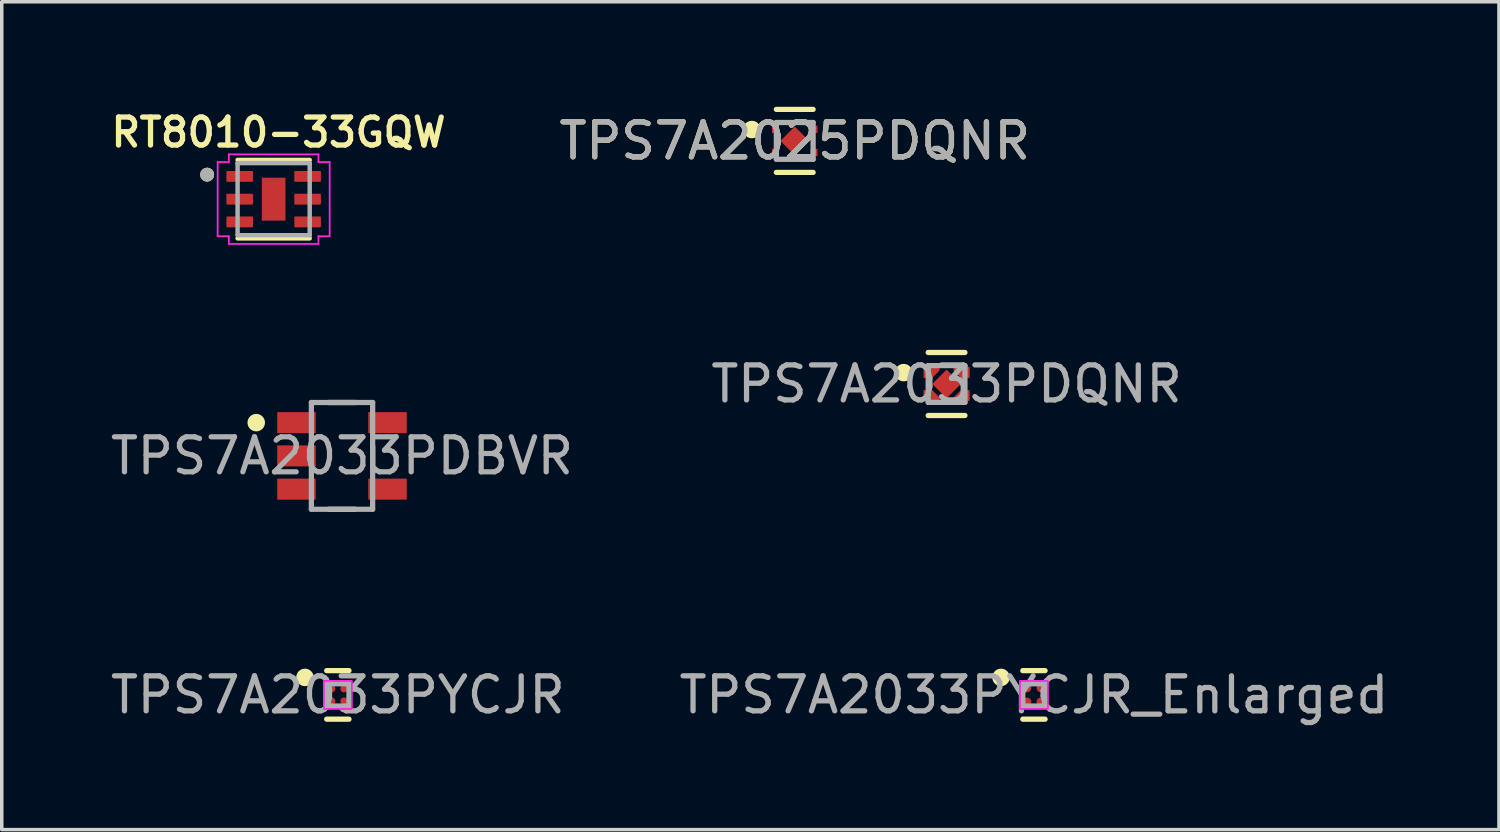
<source format=kicad_pcb>
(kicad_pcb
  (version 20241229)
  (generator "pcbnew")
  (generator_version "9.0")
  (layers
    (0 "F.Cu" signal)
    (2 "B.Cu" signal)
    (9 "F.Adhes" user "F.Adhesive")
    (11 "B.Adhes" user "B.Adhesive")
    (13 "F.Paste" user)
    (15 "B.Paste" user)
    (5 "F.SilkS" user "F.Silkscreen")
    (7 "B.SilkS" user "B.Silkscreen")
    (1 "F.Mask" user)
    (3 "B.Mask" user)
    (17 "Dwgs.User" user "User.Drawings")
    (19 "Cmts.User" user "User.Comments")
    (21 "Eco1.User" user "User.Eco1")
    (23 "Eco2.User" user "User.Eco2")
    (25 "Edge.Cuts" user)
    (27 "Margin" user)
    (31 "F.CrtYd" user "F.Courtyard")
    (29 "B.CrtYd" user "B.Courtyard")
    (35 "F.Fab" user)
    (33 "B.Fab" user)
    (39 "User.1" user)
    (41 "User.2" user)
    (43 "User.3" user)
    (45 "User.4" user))
  (footprint "RT8010-33GQW"
    (layer "F.Cu")
    (at 4.767 2.639)
    (property "Reference" "RT8010-33GQW" (at 0.14 -1.908 0) (layer "F.SilkS") (effects (font (size 0.8 0.8) (thickness 0.15))))
    (attr smd)
    (fp_line (start -1.03 -1.12) (end 1.03 -1.12) (stroke (width 0.127) (type solid)) (layer "F.SilkS"))
    (fp_line (start -1.03 1.12) (end 1.03 1.12) (stroke (width 0.127) (type solid)) (layer "F.SilkS"))
    (fp_circle (center -1.9 -0.7) (end -1.8 -0.7) (stroke (width 0.2) (type solid)) (fill no) (layer "F.SilkS"))
    (fp_poly (pts (xy -0.212 -0.487) (xy 0.212 -0.487) (xy 0.212 0.487) (xy -0.212 0.487)) (stroke (width 0.01) (type solid)) (fill yes) (layer "F.Paste"))
    (fp_line (start -1.6 -1.06) (end -1.28 -1.06) (stroke (width 0.05) (type solid)) (layer "F.CrtYd"))
    (fp_line (start -1.6 1.06) (end -1.6 -1.06) (stroke (width 0.05) (type solid)) (layer "F.CrtYd"))
    (fp_line (start -1.28 -1.28) (end 1.28 -1.28) (stroke (width 0.05) (type solid)) (layer "F.CrtYd"))
    (fp_line (start -1.28 -1.06) (end -1.28 -1.28) (stroke (width 0.05) (type solid)) (layer "F.CrtYd"))
    (fp_line (start -1.28 1.06) (end -1.6 1.06) (stroke (width 0.05) (type solid)) (layer "F.CrtYd"))
    (fp_line (start -1.28 1.28) (end -1.28 1.06) (stroke (width 0.05) (type solid)) (layer "F.CrtYd"))
    (fp_line (start 1.28 -1.28) (end 1.28 -1.06) (stroke (width 0.05) (type solid)) (layer "F.CrtYd"))
    (fp_line (start 1.28 -1.06) (end 1.6 -1.06) (stroke (width 0.05) (type solid)) (layer "F.CrtYd"))
    (fp_line (start 1.28 1.06) (end 1.28 1.28) (stroke (width 0.05) (type solid)) (layer "F.CrtYd"))
    (fp_line (start 1.28 1.28) (end -1.28 1.28) (stroke (width 0.05) (type solid)) (layer "F.CrtYd"))
    (fp_line (start 1.6 1.06) (end 1.28 1.06) (stroke (width 0.05) (type solid)) (layer "F.CrtYd"))
    (fp_line (start 1.6 1.06) (end 1.6 -1.06) (stroke (width 0.05) (type solid)) (layer "F.CrtYd"))
    (fp_line (start -1.03 -1.03) (end 1.03 -1.03) (stroke (width 0.127) (type solid)) (layer "F.Fab"))
    (fp_line (start -1.03 1.03) (end -1.03 -1.03) (stroke (width 0.127) (type solid)) (layer "F.Fab"))
    (fp_line (start 1.03 -1.03) (end 1.03 1.03) (stroke (width 0.127) (type solid)) (layer "F.Fab"))
    (fp_line (start 1.03 1.03) (end -1.03 1.03) (stroke (width 0.127) (type solid)) (layer "F.Fab"))
    (fp_circle (center -1.9 -0.7) (end -1.8 -0.7) (stroke (width 0.2) (type solid)) (fill no) (layer "F.Fab"))
    (pad "1" smd roundrect (at -0.97 -0.65) (size 0.76 0.31) (layers "F.Cu" "F.Mask" "F.Paste") (roundrect_rratio 0.08))
    (pad "2" smd roundrect (at -0.97 0) (size 0.76 0.31) (layers "F.Cu" "F.Mask" "F.Paste") (roundrect_rratio 0.08))
    (pad "3" smd roundrect (at -0.97 0.65) (size 0.76 0.31) (layers "F.Cu" "F.Mask" "F.Paste") (roundrect_rratio 0.08))
    (pad "4" smd roundrect (at 0.97 0.65 180) (size 0.76 0.31) (layers "F.Cu" "F.Mask" "F.Paste") (roundrect_rratio 0.08))
    (pad "5" smd roundrect (at 0.97 0 180) (size 0.76 0.31) (layers "F.Cu" "F.Mask" "F.Paste") (roundrect_rratio 0.08))
    (pad "6" smd roundrect (at 0.97 -0.65 180) (size 0.76 0.31) (layers "F.Cu" "F.Mask" "F.Paste") (roundrect_rratio 0.08))
    (pad "7" smd rect (at 0 0 180) (size 0.675 1.225) (layers "F.Cu" "F.Mask")))
  (footprint "TPS7A2033PDQNR"
    (layer "F.Cu")
    (at 23.99 7.919)
    (property "Reference" "TPS7A2033PDQNR" (at 0 -1.79 0) (unlocked yes) (layer "User.9") (effects (font (size 1 1) (thickness 0.15))))
    (attr smd)
    (fp_poly (pts (xy -0.61 -0.435) (xy -0.25 -0.435) (xy -0.25 -0.405) (xy -0.43 -0.225) (xy -0.61 -0.225)) (stroke (width 0) (type solid)) (fill yes) (layer "F.Mask"))
    (fp_poly (pts (xy -0.61 0.435) (xy -0.25 0.435) (xy -0.25 0.405) (xy -0.43 0.225) (xy -0.61 0.225)) (stroke (width 0) (type solid)) (fill yes) (layer "F.Mask"))
    (fp_poly (pts (xy 0.61 -0.435) (xy 0.25 -0.435) (xy 0.25 -0.405) (xy 0.43 -0.225) (xy 0.61 -0.225)) (stroke (width 0) (type solid)) (fill yes) (layer "F.Mask"))
    (fp_poly (pts (xy 0.61 0.435) (xy 0.25 0.435) (xy 0.25 0.405) (xy 0.43 0.225) (xy 0.61 0.225)) (stroke (width 0) (type solid)) (fill yes) (layer "F.Mask"))
    (fp_poly (pts (xy -0.304 -0.035) (xy -0.035 -0.304) (xy 0.035 -0.304) (xy 0.304 -0.035) (xy 0.304 0.035) (xy 0.035 0.304) (xy -0.035 0.304) (xy -0.304 0.035)) (stroke (width 0) (type solid)) (fill yes) (layer "F.Mask"))
    (fp_line (start -0.525 -0.9) (end 0.525 -0.9) (stroke (width 0.15) (type solid)) (layer "F.SilkS"))
    (fp_line (start -0.525 0.9) (end 0.525 0.9) (stroke (width 0.15) (type solid)) (layer "F.SilkS"))
    (fp_circle (center -1.225 -0.325) (end -1.1 -0.325) (stroke (width 0.25) (type solid)) (fill no) (layer "F.SilkS"))
    (fp_poly (pts (xy -0.65 -0.435) (xy -0.25 -0.435) (xy -0.25 -0.405) (xy -0.43 -0.225) (xy -0.65 -0.225)) (stroke (width 0) (type solid)) (fill yes) (layer "F.Paste"))
    (fp_poly (pts (xy -0.65 0.435) (xy -0.25 0.435) (xy -0.25 0.405) (xy -0.43 0.225) (xy -0.65 0.225)) (stroke (width 0) (type solid)) (fill yes) (layer "F.Paste"))
    (fp_poly (pts (xy 0.65 -0.435) (xy 0.25 -0.435) (xy 0.25 -0.405) (xy 0.43 -0.225) (xy 0.65 -0.225)) (stroke (width 0) (type solid)) (fill yes) (layer "F.Paste"))
    (fp_poly (pts (xy 0.65 0.435) (xy 0.25 0.435) (xy 0.25 0.405) (xy 0.43 0.225) (xy 0.65 0.225)) (stroke (width 0) (type solid)) (fill yes) (layer "F.Paste"))
    (fp_poly (pts (xy 0.283 0.035) (xy 0.035 0.283) (xy -0.035 0.283) (xy -0.283 0.035) (xy -0.283 -0.035) (xy -0.035 -0.283) (xy 0.035 -0.283) (xy 0.283 -0.035)) (stroke (width 0) (type solid)) (fill yes) (layer "F.Paste"))
    (fp_line (start -0.525 -0.525) (end 0.525 -0.525) (stroke (width 0.15) (type solid)) (layer "F.Fab"))
    (fp_line (start -0.525 0.525) (end -0.525 -0.525) (stroke (width 0.15) (type solid)) (layer "F.Fab"))
    (fp_line (start -0.525 0.525) (end 0.525 0.525) (stroke (width 0.15) (type solid)) (layer "F.Fab"))
    (fp_line (start 0.525 0.525) (end 0.525 -0.525) (stroke (width 0.15) (type solid)) (layer "F.Fab"))
    (fp_text user "${REFERENCE}" (at 0 0 0) (unlocked yes) (layer "F.Fab") (effects (font (size 1 1) (thickness 0.15))))
    (pad "1" smd custom (at -0.505 -0.33) (size 0.279 0.279) (layers "F.Cu") (options (anchor circle)) (primitives (gr_poly (pts (xy -0.155 -0.155) (xy 0.305 -0.155) (xy 0.305 -0.055) (xy 0.095 0.155) (xy -0.155 0.155)) (width 0) (fill yes))))
    (pad "2" smd custom (at -0.505 0.33) (size 0.279 0.279) (layers "F.Cu") (options (anchor circle)) (primitives (gr_poly (pts (xy -0.155 0.155) (xy 0.305 0.155) (xy 0.305 0.055) (xy 0.095 -0.155) (xy -0.155 -0.155)) (width 0) (fill yes))))
    (pad "3" smd custom (at 0.459 0.346) (size 0.251 0.251) (layers "F.Cu") (options (anchor circle)) (primitives (gr_poly (pts (xy 0.201 0.139) (xy -0.259 0.139) (xy -0.259 0.039) (xy -0.049 -0.171) (xy 0.201 -0.171)) (width 0) (fill yes))))
    (pad "4" smd custom (at 0.459 -0.346) (size 0.251 0.251) (layers "F.Cu") (options (anchor circle)) (primitives (gr_poly (pts (xy 0.201 -0.139) (xy -0.259 -0.139) (xy -0.259 -0.039) (xy -0.049 0.171) (xy 0.201 0.171)) (width 0) (fill yes))))
    (pad "5" smd rect (at 0 0 315) (size 0.58 0.58) (layers "F.Cu")))
  (footprint "TPS7A2033PDBVR"
    (layer "F.Cu")
    (at 6.72 9.973)
    (property "Reference" "TPS7A2033PDBVR" (at 0.71 -2.18 0) (unlocked yes) (layer "User.2") (effects (font (size 1 1) (thickness 0.15))))
    (attr smd)
    (fp_line (start -0.375 -1.525) (end 0.375 -1.525) (stroke (width 0.15) (type solid)) (layer "F.SilkS"))
    (fp_line (start -0.375 1.525) (end 0.375 1.525) (stroke (width 0.15) (type solid)) (layer "F.SilkS"))
    (fp_line (start 0.875 0.275) (end 0.875 -0.275) (stroke (width 0.15) (type solid)) (layer "F.SilkS"))
    (fp_circle (center -2.45 -0.95) (end -2.325 -0.95) (stroke (width 0.25) (type solid)) (fill no) (layer "F.SilkS"))
    (fp_line (start -0.875 -1.525) (end 0.875 -1.525) (stroke (width 0.15) (type solid)) (layer "F.Fab"))
    (fp_line (start -0.875 1.525) (end -0.875 -1.525) (stroke (width 0.15) (type solid)) (layer "F.Fab"))
    (fp_line (start -0.875 1.525) (end 0.875 1.525) (stroke (width 0.15) (type solid)) (layer "F.Fab"))
    (fp_line (start 0.875 1.525) (end 0.875 -1.525) (stroke (width 0.15) (type solid)) (layer "F.Fab"))
    (fp_text user "${REFERENCE}" (at 0 0 0) (unlocked yes) (layer "F.Fab") (effects (font (size 1 1) (thickness 0.15))))
    (pad "1" smd rect (at -1.3 -0.95) (size 1.1 0.6) (layers "F.Cu" "F.Mask" "F.Paste"))
    (pad "2" smd rect (at -1.3 0) (size 1.1 0.6) (layers "F.Cu" "F.Mask" "F.Paste"))
    (pad "3" smd rect (at -1.3 0.95) (size 1.1 0.6) (layers "F.Cu" "F.Mask" "F.Paste"))
    (pad "4" smd rect (at 1.3 0.95) (size 1.1 0.6) (layers "F.Cu" "F.Mask" "F.Paste"))
    (pad "5" smd rect (at 1.3 -0.95) (size 1.1 0.6) (layers "F.Cu" "F.Mask" "F.Paste")))
  (footprint "TPS7A2033PYCJR"
    (layer "F.Cu")
    (at 6.601 16.801)
    (property "Reference" "TPS7A2033PYCJR" (at 0.04 -1.38 0) (unlocked yes) (layer "User.2") (effects (font (size 1 1) (thickness 0.15))))
    (attr smd)
    (fp_circle (center -0.175 -0.175) (end -0.13 -0.175) (stroke (width 0.09) (type solid)) (fill no) (layer "F.Mask"))
    (fp_circle (center -0.175 0.175) (end -0.13 0.175) (stroke (width 0.09) (type solid)) (fill no) (layer "F.Mask"))
    (fp_circle (center 0.175 -0.175) (end 0.22 -0.175) (stroke (width 0.09) (type solid)) (fill no) (layer "F.Mask"))
    (fp_circle (center 0.175 0.175) (end 0.22 0.175) (stroke (width 0.09) (type solid)) (fill no) (layer "F.Mask"))
    (fp_line (start -0.318 -0.693) (end 0.318 -0.693) (stroke (width 0.15) (type solid)) (layer "F.SilkS"))
    (fp_line (start -0.318 0.693) (end 0.318 0.693) (stroke (width 0.15) (type solid)) (layer "F.SilkS"))
    (fp_circle (center -0.94 -0.5) (end -0.815 -0.5) (stroke (width 0.25) (type solid)) (fill no) (layer "F.SilkS"))
    (fp_poly (pts (xy -0.3 -0.14) (xy -0.3 -0.25) (xy -0.25 -0.3) (xy -0.14 -0.3) (xy -0.09 -0.25) (xy -0.09 -0.14) (xy -0.14 -0.09) (xy -0.25 -0.09)) (stroke (width 0) (type solid)) (fill yes) (layer "F.Paste"))
    (fp_poly (pts (xy -0.09 0.25) (xy -0.14 0.3) (xy -0.25 0.3) (xy -0.3 0.25) (xy -0.3 0.14) (xy -0.25 0.09) (xy -0.14 0.09) (xy -0.09 0.14)) (stroke (width 0) (type solid)) (fill yes) (layer "F.Paste"))
    (fp_poly (pts (xy 0.09 -0.14) (xy 0.09 -0.25) (xy 0.14 -0.3) (xy 0.25 -0.3) (xy 0.3 -0.25) (xy 0.3 -0.14) (xy 0.25 -0.09) (xy 0.14 -0.09)) (stroke (width 0) (type solid)) (fill yes) (layer "F.Paste"))
    (fp_poly (pts (xy 0.09 0.25) (xy 0.09 0.14) (xy 0.14 0.09) (xy 0.25 0.09) (xy 0.3 0.14) (xy 0.3 0.25) (xy 0.25 0.3) (xy 0.14 0.3)) (stroke (width 0) (type solid)) (fill yes) (layer "F.Paste"))
    (fp_rect (start -0.4 -0.4) (end 0.4 0.4) (stroke (width 0.05) (type default)) (fill no) (layer "F.CrtYd"))
    (fp_line (start -0.318 -0.318) (end 0.318 -0.318) (stroke (width 0.15) (type solid)) (layer "F.Fab"))
    (fp_line (start -0.318 0.318) (end -0.318 -0.318) (stroke (width 0.15) (type solid)) (layer "F.Fab"))
    (fp_line (start -0.318 0.318) (end 0.318 0.318) (stroke (width 0.15) (type solid)) (layer "F.Fab"))
    (fp_line (start 0.318 0.318) (end 0.318 -0.318) (stroke (width 0.15) (type solid)) (layer "F.Fab"))
    (fp_text user "${REFERENCE}" (at 0 0 0) (unlocked yes) (layer "F.Fab") (effects (font (size 1 1) (thickness 0.15))))
    (pad "A1" smd circle (at -0.175 -0.175) (size 0.21 0.21) (layers "F.Cu"))
    (pad "A2" smd circle (at 0.175 -0.175) (size 0.21 0.21) (layers "F.Cu"))
    (pad "B1" smd circle (at -0.175 0.175) (size 0.21 0.21) (layers "F.Cu"))
    (pad "B2" smd circle (at 0.175 0.175) (size 0.21 0.21) (layers "F.Cu")))
  (footprint "TPS7A2033PYCJR_Enlarged"
    (layer "F.Cu")
    (at 26.486 16.801)
    (property "Reference" "TPS7A2033PYCJR_Enlarged" (at 0.04 -1.38 0) (unlocked yes) (layer "User.2") (effects (font (size 1 1) (thickness 0.15))))
    (attr smd)
    (fp_circle (center -0.175 -0.175) (end -0.13 -0.175) (stroke (width 0.09) (type solid)) (fill no) (layer "F.Mask"))
    (fp_circle (center -0.175 0.175) (end -0.13 0.175) (stroke (width 0.09) (type solid)) (fill no) (layer "F.Mask"))
    (fp_circle (center 0.175 -0.175) (end 0.22 -0.175) (stroke (width 0.09) (type solid)) (fill no) (layer "F.Mask"))
    (fp_circle (center 0.175 0.175) (end 0.22 0.175) (stroke (width 0.09) (type solid)) (fill no) (layer "F.Mask"))
    (fp_line (start -0.318 -0.693) (end 0.318 -0.693) (stroke (width 0.15) (type solid)) (layer "F.SilkS"))
    (fp_line (start -0.318 0.693) (end 0.318 0.693) (stroke (width 0.15) (type solid)) (layer "F.SilkS"))
    (fp_circle (center -0.94 -0.5) (end -0.815 -0.5) (stroke (width 0.25) (type solid)) (fill no) (layer "F.SilkS"))
    (fp_poly (pts (xy -0.3 -0.14) (xy -0.3 -0.25) (xy -0.25 -0.3) (xy -0.14 -0.3) (xy -0.09 -0.25) (xy -0.09 -0.14) (xy -0.14 -0.09) (xy -0.25 -0.09)) (stroke (width 0) (type solid)) (fill yes) (layer "F.Paste"))
    (fp_poly (pts (xy -0.09 0.25) (xy -0.14 0.3) (xy -0.25 0.3) (xy -0.3 0.25) (xy -0.3 0.14) (xy -0.25 0.09) (xy -0.14 0.09) (xy -0.09 0.14)) (stroke (width 0) (type solid)) (fill yes) (layer "F.Paste"))
    (fp_poly (pts (xy 0.09 -0.14) (xy 0.09 -0.25) (xy 0.14 -0.3) (xy 0.25 -0.3) (xy 0.3 -0.25) (xy 0.3 -0.14) (xy 0.25 -0.09) (xy 0.14 -0.09)) (stroke (width 0) (type solid)) (fill yes) (layer "F.Paste"))
    (fp_poly (pts (xy 0.09 0.25) (xy 0.09 0.14) (xy 0.14 0.09) (xy 0.25 0.09) (xy 0.3 0.14) (xy 0.3 0.25) (xy 0.25 0.3) (xy 0.14 0.3)) (stroke (width 0) (type solid)) (fill yes) (layer "F.Paste"))
    (fp_rect (start -0.4 -0.4) (end 0.4 0.4) (stroke (width 0.05) (type default)) (fill no) (layer "F.CrtYd"))
    (fp_line (start -0.318 -0.318) (end 0.318 -0.318) (stroke (width 0.15) (type solid)) (layer "F.Fab"))
    (fp_line (start -0.318 0.318) (end -0.318 -0.318) (stroke (width 0.15) (type solid)) (layer "F.Fab"))
    (fp_line (start -0.318 0.318) (end 0.318 0.318) (stroke (width 0.15) (type solid)) (layer "F.Fab"))
    (fp_line (start 0.318 0.318) (end 0.318 -0.318) (stroke (width 0.15) (type solid)) (layer "F.Fab"))
    (fp_text user "${REFERENCE}" (at 0 0 0) (unlocked yes) (layer "F.Fab") (effects (font (size 1 1) (thickness 0.15))))
    (pad "A1" smd circle (at -0.2 -0.2) (size 0.25 0.25) (layers "F.Cu"))
    (pad "A2" smd circle (at 0.2 -0.2) (size 0.25 0.25) (layers "F.Cu"))
    (pad "B1" smd circle (at -0.2 0.2) (size 0.25 0.25) (layers "F.Cu"))
    (pad "B2" smd circle (at 0.2 0.2) (size 0.25 0.25) (layers "F.Cu")))
  (footprint "TPS7A2025PDQNR"
    (layer "F.Cu")
    (at 19.653 0.975)
    (property "Reference" "TPS7A2025PDQNR" (at 0 0 0) (unlocked yes) (layer "F.SilkS") (effects (font (size 1 1) (thickness 0.15))))
    (attr smd)
    (fp_poly (pts (xy -0.61 -0.435) (xy -0.25 -0.435) (xy -0.25 -0.405) (xy -0.43 -0.225) (xy -0.61 -0.225)) (stroke (width 0) (type solid)) (fill yes) (layer "F.Mask"))
    (fp_poly (pts (xy -0.61 0.435) (xy -0.25 0.435) (xy -0.25 0.405) (xy -0.43 0.225) (xy -0.61 0.225)) (stroke (width 0) (type solid)) (fill yes) (layer "F.Mask"))
    (fp_poly (pts (xy 0.61 -0.435) (xy 0.25 -0.435) (xy 0.25 -0.405) (xy 0.43 -0.225) (xy 0.61 -0.225)) (stroke (width 0) (type solid)) (fill yes) (layer "F.Mask"))
    (fp_poly (pts (xy 0.61 0.435) (xy 0.25 0.435) (xy 0.25 0.405) (xy 0.43 0.225) (xy 0.61 0.225)) (stroke (width 0) (type solid)) (fill yes) (layer "F.Mask"))
    (fp_poly (pts (xy -0.304 -0.035) (xy -0.035 -0.304) (xy 0.035 -0.304) (xy 0.304 -0.035) (xy 0.304 0.035) (xy 0.035 0.304) (xy -0.035 0.304) (xy -0.304 0.035)) (stroke (width 0) (type solid)) (fill yes) (layer "F.Mask"))
    (fp_line (start -0.525 -0.9) (end 0.525 -0.9) (stroke (width 0.15) (type solid)) (layer "F.SilkS"))
    (fp_line (start -0.525 0.9) (end 0.525 0.9) (stroke (width 0.15) (type solid)) (layer "F.SilkS"))
    (fp_circle (center -1.225 -0.325) (end -1.1 -0.325) (stroke (width 0.25) (type solid)) (fill no) (layer "F.SilkS"))
    (fp_poly (pts (xy -0.65 -0.435) (xy -0.25 -0.435) (xy -0.25 -0.405) (xy -0.43 -0.225) (xy -0.65 -0.225)) (stroke (width 0) (type solid)) (fill yes) (layer "F.Paste"))
    (fp_poly (pts (xy -0.65 0.435) (xy -0.25 0.435) (xy -0.25 0.405) (xy -0.43 0.225) (xy -0.65 0.225)) (stroke (width 0) (type solid)) (fill yes) (layer "F.Paste"))
    (fp_poly (pts (xy 0.65 -0.435) (xy 0.25 -0.435) (xy 0.25 -0.405) (xy 0.43 -0.225) (xy 0.65 -0.225)) (stroke (width 0) (type solid)) (fill yes) (layer "F.Paste"))
    (fp_poly (pts (xy 0.65 0.435) (xy 0.25 0.435) (xy 0.25 0.405) (xy 0.43 0.225) (xy 0.65 0.225)) (stroke (width 0) (type solid)) (fill yes) (layer "F.Paste"))
    (fp_poly (pts (xy 0.283 0.035) (xy 0.035 0.283) (xy -0.035 0.283) (xy -0.283 0.035) (xy -0.283 -0.035) (xy -0.035 -0.283) (xy 0.035 -0.283) (xy 0.283 -0.035)) (stroke (width 0) (type solid)) (fill yes) (layer "F.Paste"))
    (fp_line (start -0.525 -0.525) (end 0.525 -0.525) (stroke (width 0.15) (type solid)) (layer "F.Fab"))
    (fp_line (start -0.525 0.525) (end -0.525 -0.525) (stroke (width 0.15) (type solid)) (layer "F.Fab"))
    (fp_line (start -0.525 0.525) (end 0.525 0.525) (stroke (width 0.15) (type solid)) (layer "F.Fab"))
    (fp_line (start 0.525 0.525) (end 0.525 -0.525) (stroke (width 0.15) (type solid)) (layer "F.Fab"))
    (fp_text user "${REFERENCE}" (at 0 0 0) (unlocked yes) (layer "F.Fab") (effects (font (size 1 1) (thickness 0.15))))
    (pad "1" smd rect (at -0.55 -0.33) (size 0.2 0.21) (layers "F.Cu"))
    (pad "2" smd rect (at -0.55 0.33) (size 0.2 0.21) (layers "F.Cu"))
    (pad "3" smd rect (at 0.55 0.33) (size 0.2 0.21) (layers "F.Cu"))
    (pad "4" smd rect (at 0.55 -0.33) (size 0.2 0.21) (layers "F.Cu"))
    (pad "5" smd rect (at 0 0 315) (size 0.58 0.58) (layers "F.Cu")))
  (gr_rect
    (start -3 -3)
    (end 39.77 20.649)
    (stroke (width 0.1) (type default))
    (fill no)
    (layer "Edge.Cuts")))
</source>
